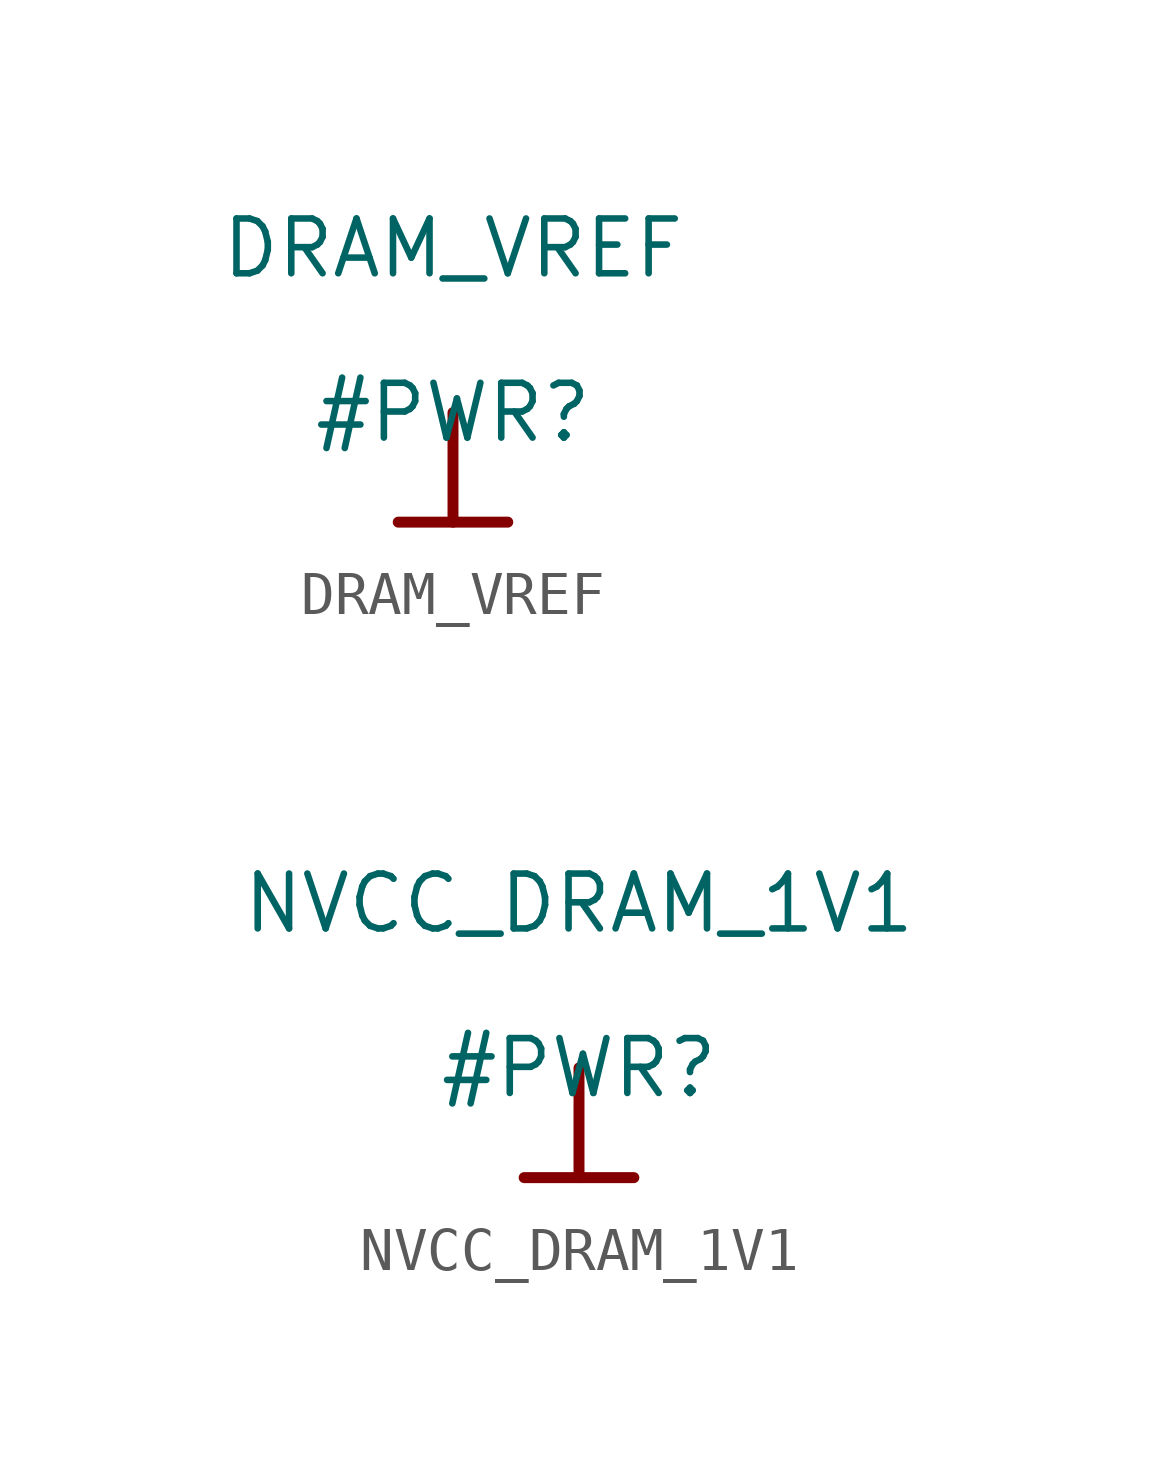
<source format=kicad_sym>
(kicad_symbol_lib
  (version 20220914)
  (generator kicad_symbol_editor)
  (symbol "DRAM_VREF"
    (power)
    (property "Reference" "#PWR"
      (at 0 0 0)
      (effects (font (size 1.27 1.27))))
    (property "Value" "DRAM_VREF"
      (at 0 3.81 0)
      (effects (font (size 1.27 1.27))))
    (symbol "DRAM_VREF_0_0"
      (polyline (pts (xy -1.27 -2.54) (xy 1.27 -2.54)) (stroke (width 0.254) (type solid)) (fill (type none)))
      (polyline (pts (xy 0 0) (xy 0 -2.54)) (stroke (width 0.254) (type solid)) (fill (type none)))
      (pin power_in line (at 0 0 0) (length 0) hide (name "DRAM_VREF" (effects (font (size 1.27 1.27)))) (number "" (effects (font (size 1.27 1.27)))))))
  (symbol "NVCC_DRAM_1V1"
    (power)
    (property "Reference" "#PWR"
      (at 0 0 0)
      (effects (font (size 1.27 1.27))))
    (property "Value" "NVCC_DRAM_1V1"
      (at 0 3.81 0)
      (effects (font (size 1.27 1.27))))
    (symbol "NVCC_DRAM_1V1_0_0"
      (polyline (pts (xy -1.27 -2.54) (xy 1.27 -2.54)) (stroke (width 0.254) (type solid)) (fill (type none)))
      (polyline (pts (xy 0 0) (xy 0 -2.54)) (stroke (width 0.254) (type solid)) (fill (type none)))
      (pin power_in line (at 0 0 0) (length 0) hide (name "NVCC_DRAM_1V1" (effects (font (size 1.27 1.27)))) (number "" (effects (font (size 1.27 1.27))))))))
</source>
